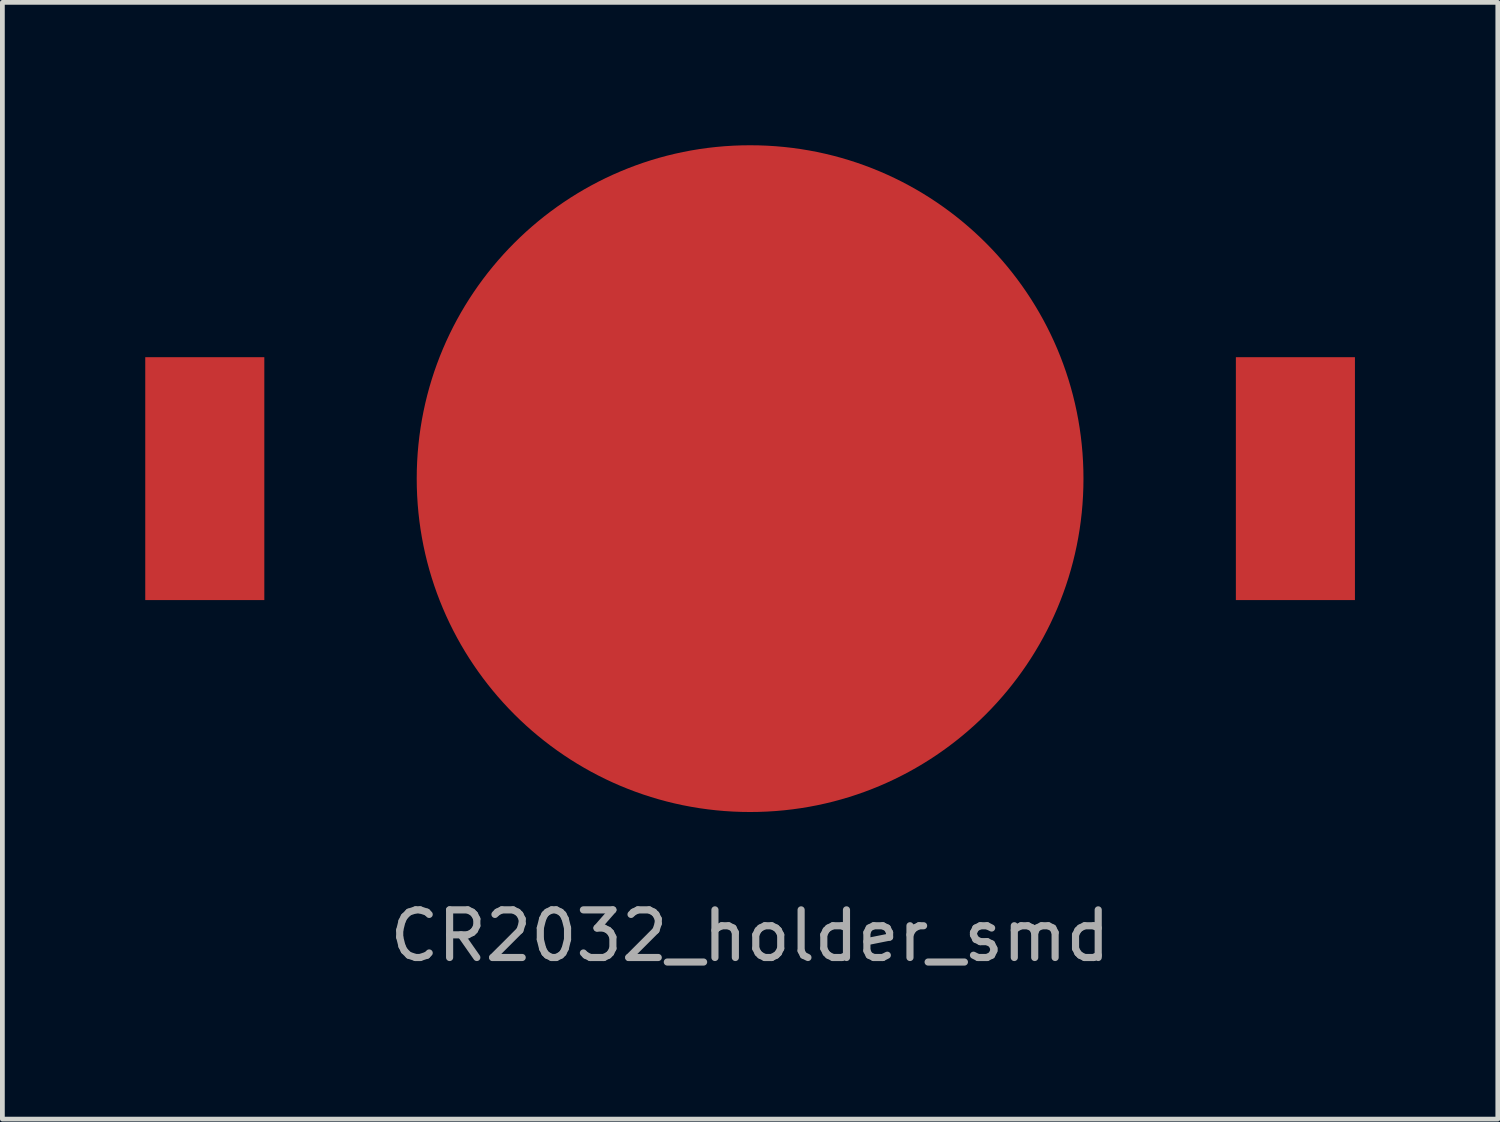
<source format=kicad_pcb>
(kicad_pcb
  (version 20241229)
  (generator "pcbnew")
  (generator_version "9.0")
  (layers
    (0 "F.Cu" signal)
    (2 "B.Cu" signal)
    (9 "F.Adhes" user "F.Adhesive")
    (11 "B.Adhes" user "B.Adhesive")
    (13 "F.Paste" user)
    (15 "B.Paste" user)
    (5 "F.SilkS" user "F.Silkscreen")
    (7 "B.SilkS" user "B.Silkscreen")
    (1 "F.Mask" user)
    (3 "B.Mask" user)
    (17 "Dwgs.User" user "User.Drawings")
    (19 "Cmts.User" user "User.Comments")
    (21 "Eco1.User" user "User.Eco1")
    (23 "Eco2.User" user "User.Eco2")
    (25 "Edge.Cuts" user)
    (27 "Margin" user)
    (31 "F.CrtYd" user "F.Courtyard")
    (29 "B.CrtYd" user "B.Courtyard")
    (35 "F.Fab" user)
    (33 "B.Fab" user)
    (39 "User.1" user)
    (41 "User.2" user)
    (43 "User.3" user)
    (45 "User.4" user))
  (footprint "CR2032_holder_smd"
    (layer "F.Cu")
    (at 12.7 7)
    (property "Reference" "CR2032_holder_smd" (at 0 9.6 0) (layer "F.Fab") (effects (font (size 1 1) (thickness 0.15))))
    (attr through_hole)
    (pad "1" smd rect (at -11.45 0) (size 2.5 5.1) (layers "F.Cu" "F.Mask" "F.Paste"))
    (pad "1" smd rect (at 11.45 0) (size 2.5 5.1) (layers "F.Cu" "F.Mask" "F.Paste"))
    (pad "2" smd circle (at 0 0) (size 14 14) (layers "F.Cu" "F.Mask")))
  (gr_rect
    (start -3 -3)
    (end 28.4 20.448)
    (stroke (width 0.1) (type default))
    (fill no)
    (layer "Edge.Cuts")))
</source>
